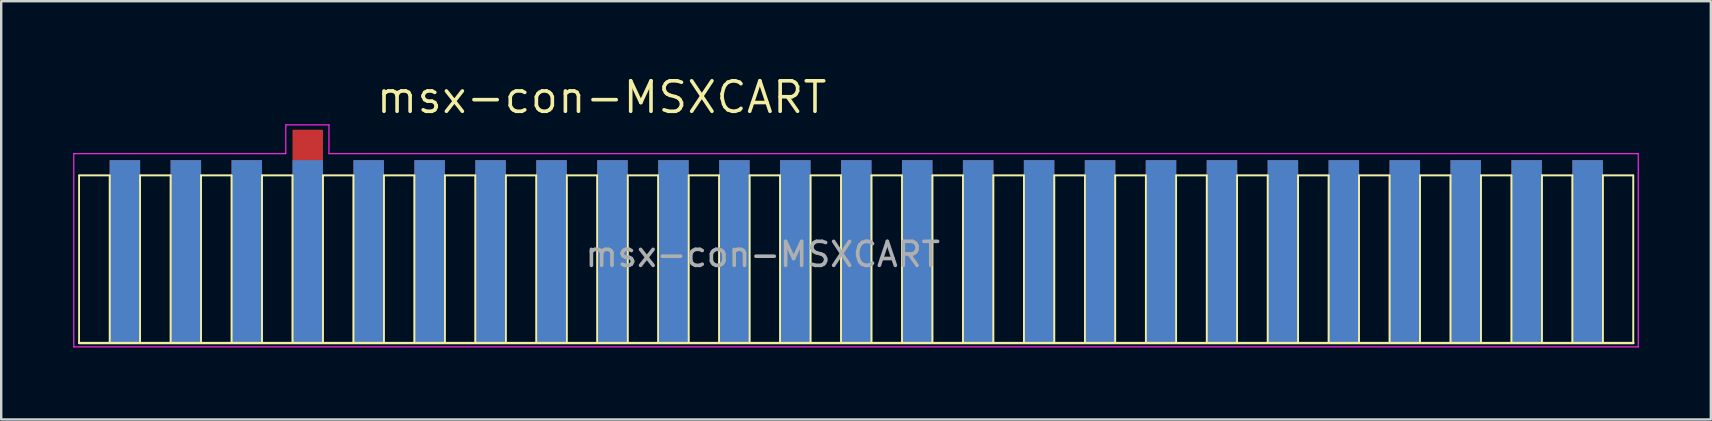
<source format=kicad_pcb>
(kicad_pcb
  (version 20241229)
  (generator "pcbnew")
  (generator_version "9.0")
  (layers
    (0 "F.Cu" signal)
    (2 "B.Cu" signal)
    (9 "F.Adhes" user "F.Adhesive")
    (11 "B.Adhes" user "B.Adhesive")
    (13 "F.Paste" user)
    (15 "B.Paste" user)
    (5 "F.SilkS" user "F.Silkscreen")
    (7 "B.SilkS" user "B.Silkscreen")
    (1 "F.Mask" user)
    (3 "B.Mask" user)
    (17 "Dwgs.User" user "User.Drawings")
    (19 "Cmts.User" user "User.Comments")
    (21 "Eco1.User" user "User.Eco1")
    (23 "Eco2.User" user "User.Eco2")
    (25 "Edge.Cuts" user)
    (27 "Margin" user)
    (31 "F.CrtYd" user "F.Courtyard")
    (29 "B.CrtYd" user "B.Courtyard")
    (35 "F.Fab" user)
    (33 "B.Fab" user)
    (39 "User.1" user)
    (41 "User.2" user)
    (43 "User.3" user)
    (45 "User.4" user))
  (footprint "msx-con-MSXCART"
    (layer "F.Cu")
    (at 31.86 7.754)
    (property "Reference" "msx-con-MSXCART" (at -9.835 -6.747 0) (layer "F.SilkS") (effects (font (size 1.27 1.27) (thickness 0.15))))
    (attr smd exclude_from_pos_files exclude_from_bom)
    (fp_line (start -31.61 -3.493) (end -30.34 -3.493) (stroke (width 0.066) (type solid)) (layer "F.SilkS"))
    (fp_line (start -31.61 -3.493) (end -30.34 -3.493) (stroke (width 0.066) (type solid)) (layer "F.SilkS"))
    (fp_line (start -31.61 3.493) (end -31.61 -3.493) (stroke (width 0.066) (type solid)) (layer "F.SilkS"))
    (fp_line (start -31.61 3.493) (end -31.61 -3.493) (stroke (width 0.066) (type solid)) (layer "F.SilkS"))
    (fp_line (start -31.61 3.493) (end -30.34 3.493) (stroke (width 0.066) (type solid)) (layer "F.SilkS"))
    (fp_line (start -31.61 3.493) (end -30.34 3.493) (stroke (width 0.066) (type solid)) (layer "F.SilkS"))
    (fp_line (start -31.61 3.493) (end 33.16 3.493) (stroke (width 0.1) (type solid)) (layer "F.SilkS"))
    (fp_line (start -30.34 3.493) (end -30.34 -3.493) (stroke (width 0.066) (type solid)) (layer "F.SilkS"))
    (fp_line (start -30.34 3.493) (end -30.34 -3.493) (stroke (width 0.066) (type solid)) (layer "F.SilkS"))
    (fp_line (start -29.07 -3.493) (end -27.8 -3.493) (stroke (width 0.066) (type solid)) (layer "F.SilkS"))
    (fp_line (start -29.07 -3.493) (end -27.8 -3.493) (stroke (width 0.066) (type solid)) (layer "F.SilkS"))
    (fp_line (start -29.07 3.493) (end -29.07 -3.493) (stroke (width 0.066) (type solid)) (layer "F.SilkS"))
    (fp_line (start -29.07 3.493) (end -29.07 -3.493) (stroke (width 0.066) (type solid)) (layer "F.SilkS"))
    (fp_line (start -29.07 3.493) (end -27.8 3.493) (stroke (width 0.066) (type solid)) (layer "F.SilkS"))
    (fp_line (start -29.07 3.493) (end -27.8 3.493) (stroke (width 0.066) (type solid)) (layer "F.SilkS"))
    (fp_line (start -27.8 3.493) (end -27.8 -3.493) (stroke (width 0.066) (type solid)) (layer "F.SilkS"))
    (fp_line (start -27.8 3.493) (end -27.8 -3.493) (stroke (width 0.066) (type solid)) (layer "F.SilkS"))
    (fp_line (start -26.53 -3.493) (end -25.26 -3.493) (stroke (width 0.066) (type solid)) (layer "F.SilkS"))
    (fp_line (start -26.53 -3.493) (end -25.26 -3.493) (stroke (width 0.066) (type solid)) (layer "F.SilkS"))
    (fp_line (start -26.53 3.493) (end -26.53 -3.493) (stroke (width 0.066) (type solid)) (layer "F.SilkS"))
    (fp_line (start -26.53 3.493) (end -26.53 -3.493) (stroke (width 0.066) (type solid)) (layer "F.SilkS"))
    (fp_line (start -26.53 3.493) (end -25.26 3.493) (stroke (width 0.066) (type solid)) (layer "F.SilkS"))
    (fp_line (start -26.53 3.493) (end -25.26 3.493) (stroke (width 0.066) (type solid)) (layer "F.SilkS"))
    (fp_line (start -25.26 3.493) (end -25.26 -3.493) (stroke (width 0.066) (type solid)) (layer "F.SilkS"))
    (fp_line (start -25.26 3.493) (end -25.26 -3.493) (stroke (width 0.066) (type solid)) (layer "F.SilkS"))
    (fp_line (start -23.99 -3.493) (end -22.72 -3.493) (stroke (width 0.066) (type solid)) (layer "F.SilkS"))
    (fp_line (start -23.99 -3.493) (end -22.72 -3.493) (stroke (width 0.066) (type solid)) (layer "F.SilkS"))
    (fp_line (start -23.99 3.493) (end -23.99 -3.493) (stroke (width 0.066) (type solid)) (layer "F.SilkS"))
    (fp_line (start -23.99 3.493) (end -23.99 -3.493) (stroke (width 0.066) (type solid)) (layer "F.SilkS"))
    (fp_line (start -23.99 3.493) (end -22.72 3.493) (stroke (width 0.066) (type solid)) (layer "F.SilkS"))
    (fp_line (start -23.99 3.493) (end -22.72 3.493) (stroke (width 0.066) (type solid)) (layer "F.SilkS"))
    (fp_line (start -22.72 3.493) (end -22.72 -3.493) (stroke (width 0.066) (type solid)) (layer "F.SilkS"))
    (fp_line (start -22.72 3.493) (end -22.72 -3.493) (stroke (width 0.066) (type solid)) (layer "F.SilkS"))
    (fp_line (start -21.45 -3.493) (end -20.18 -3.493) (stroke (width 0.066) (type solid)) (layer "F.SilkS"))
    (fp_line (start -21.45 -3.493) (end -20.18 -3.493) (stroke (width 0.066) (type solid)) (layer "F.SilkS"))
    (fp_line (start -21.45 3.493) (end -21.45 -3.493) (stroke (width 0.066) (type solid)) (layer "F.SilkS"))
    (fp_line (start -21.45 3.493) (end -21.45 -3.493) (stroke (width 0.066) (type solid)) (layer "F.SilkS"))
    (fp_line (start -21.45 3.493) (end -20.18 3.493) (stroke (width 0.066) (type solid)) (layer "F.SilkS"))
    (fp_line (start -21.45 3.493) (end -20.18 3.493) (stroke (width 0.066) (type solid)) (layer "F.SilkS"))
    (fp_line (start -20.18 3.493) (end -20.18 -3.493) (stroke (width 0.066) (type solid)) (layer "F.SilkS"))
    (fp_line (start -20.18 3.493) (end -20.18 -3.493) (stroke (width 0.066) (type solid)) (layer "F.SilkS"))
    (fp_line (start -18.91 -3.493) (end -17.64 -3.493) (stroke (width 0.066) (type solid)) (layer "F.SilkS"))
    (fp_line (start -18.91 -3.493) (end -17.64 -3.493) (stroke (width 0.066) (type solid)) (layer "F.SilkS"))
    (fp_line (start -18.91 3.493) (end -18.91 -3.493) (stroke (width 0.066) (type solid)) (layer "F.SilkS"))
    (fp_line (start -18.91 3.493) (end -18.91 -3.493) (stroke (width 0.066) (type solid)) (layer "F.SilkS"))
    (fp_line (start -18.91 3.493) (end -17.64 3.493) (stroke (width 0.066) (type solid)) (layer "F.SilkS"))
    (fp_line (start -18.91 3.493) (end -17.64 3.493) (stroke (width 0.066) (type solid)) (layer "F.SilkS"))
    (fp_line (start -17.64 3.493) (end -17.64 -3.493) (stroke (width 0.066) (type solid)) (layer "F.SilkS"))
    (fp_line (start -17.64 3.493) (end -17.64 -3.493) (stroke (width 0.066) (type solid)) (layer "F.SilkS"))
    (fp_line (start -16.37 -3.493) (end -15.1 -3.493) (stroke (width 0.066) (type solid)) (layer "F.SilkS"))
    (fp_line (start -16.37 -3.493) (end -15.1 -3.493) (stroke (width 0.066) (type solid)) (layer "F.SilkS"))
    (fp_line (start -16.37 3.493) (end -16.37 -3.493) (stroke (width 0.066) (type solid)) (layer "F.SilkS"))
    (fp_line (start -16.37 3.493) (end -16.37 -3.493) (stroke (width 0.066) (type solid)) (layer "F.SilkS"))
    (fp_line (start -16.37 3.493) (end -15.1 3.493) (stroke (width 0.066) (type solid)) (layer "F.SilkS"))
    (fp_line (start -16.37 3.493) (end -15.1 3.493) (stroke (width 0.066) (type solid)) (layer "F.SilkS"))
    (fp_line (start -15.1 3.493) (end -15.1 -3.493) (stroke (width 0.066) (type solid)) (layer "F.SilkS"))
    (fp_line (start -15.1 3.493) (end -15.1 -3.493) (stroke (width 0.066) (type solid)) (layer "F.SilkS"))
    (fp_line (start -13.83 -3.493) (end -12.56 -3.493) (stroke (width 0.066) (type solid)) (layer "F.SilkS"))
    (fp_line (start -13.83 -3.493) (end -12.56 -3.493) (stroke (width 0.066) (type solid)) (layer "F.SilkS"))
    (fp_line (start -13.83 3.493) (end -13.83 -3.493) (stroke (width 0.066) (type solid)) (layer "F.SilkS"))
    (fp_line (start -13.83 3.493) (end -13.83 -3.493) (stroke (width 0.066) (type solid)) (layer "F.SilkS"))
    (fp_line (start -13.83 3.493) (end -12.56 3.493) (stroke (width 0.066) (type solid)) (layer "F.SilkS"))
    (fp_line (start -13.83 3.493) (end -12.56 3.493) (stroke (width 0.066) (type solid)) (layer "F.SilkS"))
    (fp_line (start -12.56 3.493) (end -12.56 -3.493) (stroke (width 0.066) (type solid)) (layer "F.SilkS"))
    (fp_line (start -12.56 3.493) (end -12.56 -3.493) (stroke (width 0.066) (type solid)) (layer "F.SilkS"))
    (fp_line (start -11.29 -3.493) (end -10.02 -3.493) (stroke (width 0.066) (type solid)) (layer "F.SilkS"))
    (fp_line (start -11.29 -3.493) (end -10.02 -3.493) (stroke (width 0.066) (type solid)) (layer "F.SilkS"))
    (fp_line (start -11.29 3.493) (end -11.29 -3.493) (stroke (width 0.066) (type solid)) (layer "F.SilkS"))
    (fp_line (start -11.29 3.493) (end -11.29 -3.493) (stroke (width 0.066) (type solid)) (layer "F.SilkS"))
    (fp_line (start -11.29 3.493) (end -10.02 3.493) (stroke (width 0.066) (type solid)) (layer "F.SilkS"))
    (fp_line (start -11.29 3.493) (end -10.02 3.493) (stroke (width 0.066) (type solid)) (layer "F.SilkS"))
    (fp_line (start -10.02 3.493) (end -10.02 -3.493) (stroke (width 0.066) (type solid)) (layer "F.SilkS"))
    (fp_line (start -10.02 3.493) (end -10.02 -3.493) (stroke (width 0.066) (type solid)) (layer "F.SilkS"))
    (fp_line (start -8.75 -3.493) (end -7.48 -3.493) (stroke (width 0.066) (type solid)) (layer "F.SilkS"))
    (fp_line (start -8.75 -3.493) (end -7.48 -3.493) (stroke (width 0.066) (type solid)) (layer "F.SilkS"))
    (fp_line (start -8.75 3.493) (end -8.75 -3.493) (stroke (width 0.066) (type solid)) (layer "F.SilkS"))
    (fp_line (start -8.75 3.493) (end -8.75 -3.493) (stroke (width 0.066) (type solid)) (layer "F.SilkS"))
    (fp_line (start -8.75 3.493) (end -7.48 3.493) (stroke (width 0.066) (type solid)) (layer "F.SilkS"))
    (fp_line (start -8.75 3.493) (end -7.48 3.493) (stroke (width 0.066) (type solid)) (layer "F.SilkS"))
    (fp_line (start -7.48 3.493) (end -7.48 -3.493) (stroke (width 0.066) (type solid)) (layer "F.SilkS"))
    (fp_line (start -7.48 3.493) (end -7.48 -3.493) (stroke (width 0.066) (type solid)) (layer "F.SilkS"))
    (fp_line (start -6.21 -3.493) (end -4.94 -3.493) (stroke (width 0.066) (type solid)) (layer "F.SilkS"))
    (fp_line (start -6.21 -3.493) (end -4.94 -3.493) (stroke (width 0.066) (type solid)) (layer "F.SilkS"))
    (fp_line (start -6.21 3.493) (end -6.21 -3.493) (stroke (width 0.066) (type solid)) (layer "F.SilkS"))
    (fp_line (start -6.21 3.493) (end -6.21 -3.493) (stroke (width 0.066) (type solid)) (layer "F.SilkS"))
    (fp_line (start -6.21 3.493) (end -4.94 3.493) (stroke (width 0.066) (type solid)) (layer "F.SilkS"))
    (fp_line (start -6.21 3.493) (end -4.94 3.493) (stroke (width 0.066) (type solid)) (layer "F.SilkS"))
    (fp_line (start -4.94 3.493) (end -4.94 -3.493) (stroke (width 0.066) (type solid)) (layer "F.SilkS"))
    (fp_line (start -4.94 3.493) (end -4.94 -3.493) (stroke (width 0.066) (type solid)) (layer "F.SilkS"))
    (fp_line (start -3.67 -3.493) (end -2.4 -3.493) (stroke (width 0.066) (type solid)) (layer "F.SilkS"))
    (fp_line (start -3.67 -3.493) (end -2.4 -3.493) (stroke (width 0.066) (type solid)) (layer "F.SilkS"))
    (fp_line (start -3.67 3.493) (end -3.67 -3.493) (stroke (width 0.066) (type solid)) (layer "F.SilkS"))
    (fp_line (start -3.67 3.493) (end -3.67 -3.493) (stroke (width 0.066) (type solid)) (layer "F.SilkS"))
    (fp_line (start -3.67 3.493) (end -2.4 3.493) (stroke (width 0.066) (type solid)) (layer "F.SilkS"))
    (fp_line (start -3.67 3.493) (end -2.4 3.493) (stroke (width 0.066) (type solid)) (layer "F.SilkS"))
    (fp_line (start -2.4 3.493) (end -2.4 -3.493) (stroke (width 0.066) (type solid)) (layer "F.SilkS"))
    (fp_line (start -2.4 3.493) (end -2.4 -3.493) (stroke (width 0.066) (type solid)) (layer "F.SilkS"))
    (fp_line (start -1.13 -3.493) (end 0.14 -3.493) (stroke (width 0.066) (type solid)) (layer "F.SilkS"))
    (fp_line (start -1.13 -3.493) (end 0.14 -3.493) (stroke (width 0.066) (type solid)) (layer "F.SilkS"))
    (fp_line (start -1.13 3.493) (end -1.13 -3.493) (stroke (width 0.066) (type solid)) (layer "F.SilkS"))
    (fp_line (start -1.13 3.493) (end -1.13 -3.493) (stroke (width 0.066) (type solid)) (layer "F.SilkS"))
    (fp_line (start -1.13 3.493) (end 0.14 3.493) (stroke (width 0.066) (type solid)) (layer "F.SilkS"))
    (fp_line (start -1.13 3.493) (end 0.14 3.493) (stroke (width 0.066) (type solid)) (layer "F.SilkS"))
    (fp_line (start 0.14 3.493) (end 0.14 -3.493) (stroke (width 0.066) (type solid)) (layer "F.SilkS"))
    (fp_line (start 0.14 3.493) (end 0.14 -3.493) (stroke (width 0.066) (type solid)) (layer "F.SilkS"))
    (fp_line (start 1.41 -3.493) (end 2.68 -3.493) (stroke (width 0.066) (type solid)) (layer "F.SilkS"))
    (fp_line (start 1.41 -3.493) (end 2.68 -3.493) (stroke (width 0.066) (type solid)) (layer "F.SilkS"))
    (fp_line (start 1.41 3.493) (end 1.41 -3.493) (stroke (width 0.066) (type solid)) (layer "F.SilkS"))
    (fp_line (start 1.41 3.493) (end 1.41 -3.493) (stroke (width 0.066) (type solid)) (layer "F.SilkS"))
    (fp_line (start 1.41 3.493) (end 2.68 3.493) (stroke (width 0.066) (type solid)) (layer "F.SilkS"))
    (fp_line (start 1.41 3.493) (end 2.68 3.493) (stroke (width 0.066) (type solid)) (layer "F.SilkS"))
    (fp_line (start 2.68 3.493) (end 2.68 -3.493) (stroke (width 0.066) (type solid)) (layer "F.SilkS"))
    (fp_line (start 2.68 3.493) (end 2.68 -3.493) (stroke (width 0.066) (type solid)) (layer "F.SilkS"))
    (fp_line (start 3.95 -3.493) (end 5.22 -3.493) (stroke (width 0.066) (type solid)) (layer "F.SilkS"))
    (fp_line (start 3.95 -3.493) (end 5.22 -3.493) (stroke (width 0.066) (type solid)) (layer "F.SilkS"))
    (fp_line (start 3.95 3.493) (end 3.95 -3.493) (stroke (width 0.066) (type solid)) (layer "F.SilkS"))
    (fp_line (start 3.95 3.493) (end 3.95 -3.493) (stroke (width 0.066) (type solid)) (layer "F.SilkS"))
    (fp_line (start 3.95 3.493) (end 5.22 3.493) (stroke (width 0.066) (type solid)) (layer "F.SilkS"))
    (fp_line (start 3.95 3.493) (end 5.22 3.493) (stroke (width 0.066) (type solid)) (layer "F.SilkS"))
    (fp_line (start 5.22 3.493) (end 5.22 -3.493) (stroke (width 0.066) (type solid)) (layer "F.SilkS"))
    (fp_line (start 5.22 3.493) (end 5.22 -3.493) (stroke (width 0.066) (type solid)) (layer "F.SilkS"))
    (fp_line (start 6.49 -3.493) (end 7.76 -3.493) (stroke (width 0.066) (type solid)) (layer "F.SilkS"))
    (fp_line (start 6.49 -3.493) (end 7.76 -3.493) (stroke (width 0.066) (type solid)) (layer "F.SilkS"))
    (fp_line (start 6.49 3.493) (end 6.49 -3.493) (stroke (width 0.066) (type solid)) (layer "F.SilkS"))
    (fp_line (start 6.49 3.493) (end 6.49 -3.493) (stroke (width 0.066) (type solid)) (layer "F.SilkS"))
    (fp_line (start 6.49 3.493) (end 7.76 3.493) (stroke (width 0.066) (type solid)) (layer "F.SilkS"))
    (fp_line (start 6.49 3.493) (end 7.76 3.493) (stroke (width 0.066) (type solid)) (layer "F.SilkS"))
    (fp_line (start 7.76 3.493) (end 7.76 -3.493) (stroke (width 0.066) (type solid)) (layer "F.SilkS"))
    (fp_line (start 7.76 3.493) (end 7.76 -3.493) (stroke (width 0.066) (type solid)) (layer "F.SilkS"))
    (fp_line (start 9.03 -3.493) (end 10.3 -3.493) (stroke (width 0.066) (type solid)) (layer "F.SilkS"))
    (fp_line (start 9.03 -3.493) (end 10.3 -3.493) (stroke (width 0.066) (type solid)) (layer "F.SilkS"))
    (fp_line (start 9.03 3.493) (end 9.03 -3.493) (stroke (width 0.066) (type solid)) (layer "F.SilkS"))
    (fp_line (start 9.03 3.493) (end 9.03 -3.493) (stroke (width 0.066) (type solid)) (layer "F.SilkS"))
    (fp_line (start 9.03 3.493) (end 10.3 3.493) (stroke (width 0.066) (type solid)) (layer "F.SilkS"))
    (fp_line (start 9.03 3.493) (end 10.3 3.493) (stroke (width 0.066) (type solid)) (layer "F.SilkS"))
    (fp_line (start 10.3 3.493) (end 10.3 -3.493) (stroke (width 0.066) (type solid)) (layer "F.SilkS"))
    (fp_line (start 10.3 3.493) (end 10.3 -3.493) (stroke (width 0.066) (type solid)) (layer "F.SilkS"))
    (fp_line (start 11.57 -3.493) (end 12.84 -3.493) (stroke (width 0.066) (type solid)) (layer "F.SilkS"))
    (fp_line (start 11.57 -3.493) (end 12.84 -3.493) (stroke (width 0.066) (type solid)) (layer "F.SilkS"))
    (fp_line (start 11.57 3.493) (end 11.57 -3.493) (stroke (width 0.066) (type solid)) (layer "F.SilkS"))
    (fp_line (start 11.57 3.493) (end 11.57 -3.493) (stroke (width 0.066) (type solid)) (layer "F.SilkS"))
    (fp_line (start 11.57 3.493) (end 12.84 3.493) (stroke (width 0.066) (type solid)) (layer "F.SilkS"))
    (fp_line (start 11.57 3.493) (end 12.84 3.493) (stroke (width 0.066) (type solid)) (layer "F.SilkS"))
    (fp_line (start 12.84 3.493) (end 12.84 -3.493) (stroke (width 0.066) (type solid)) (layer "F.SilkS"))
    (fp_line (start 12.84 3.493) (end 12.84 -3.493) (stroke (width 0.066) (type solid)) (layer "F.SilkS"))
    (fp_line (start 14.11 -3.493) (end 15.38 -3.493) (stroke (width 0.066) (type solid)) (layer "F.SilkS"))
    (fp_line (start 14.11 -3.493) (end 15.38 -3.493) (stroke (width 0.066) (type solid)) (layer "F.SilkS"))
    (fp_line (start 14.11 3.493) (end 14.11 -3.493) (stroke (width 0.066) (type solid)) (layer "F.SilkS"))
    (fp_line (start 14.11 3.493) (end 14.11 -3.493) (stroke (width 0.066) (type solid)) (layer "F.SilkS"))
    (fp_line (start 14.11 3.493) (end 15.38 3.493) (stroke (width 0.066) (type solid)) (layer "F.SilkS"))
    (fp_line (start 14.11 3.493) (end 15.38 3.493) (stroke (width 0.066) (type solid)) (layer "F.SilkS"))
    (fp_line (start 15.38 3.493) (end 15.38 -3.493) (stroke (width 0.066) (type solid)) (layer "F.SilkS"))
    (fp_line (start 15.38 3.493) (end 15.38 -3.493) (stroke (width 0.066) (type solid)) (layer "F.SilkS"))
    (fp_line (start 16.65 -3.493) (end 17.92 -3.493) (stroke (width 0.066) (type solid)) (layer "F.SilkS"))
    (fp_line (start 16.65 -3.493) (end 17.92 -3.493) (stroke (width 0.066) (type solid)) (layer "F.SilkS"))
    (fp_line (start 16.65 3.493) (end 16.65 -3.493) (stroke (width 0.066) (type solid)) (layer "F.SilkS"))
    (fp_line (start 16.65 3.493) (end 16.65 -3.493) (stroke (width 0.066) (type solid)) (layer "F.SilkS"))
    (fp_line (start 16.65 3.493) (end 17.92 3.493) (stroke (width 0.066) (type solid)) (layer "F.SilkS"))
    (fp_line (start 16.65 3.493) (end 17.92 3.493) (stroke (width 0.066) (type solid)) (layer "F.SilkS"))
    (fp_line (start 17.92 3.493) (end 17.92 -3.493) (stroke (width 0.066) (type solid)) (layer "F.SilkS"))
    (fp_line (start 17.92 3.493) (end 17.92 -3.493) (stroke (width 0.066) (type solid)) (layer "F.SilkS"))
    (fp_line (start 19.19 -3.493) (end 20.46 -3.493) (stroke (width 0.066) (type solid)) (layer "F.SilkS"))
    (fp_line (start 19.19 -3.493) (end 20.46 -3.493) (stroke (width 0.066) (type solid)) (layer "F.SilkS"))
    (fp_line (start 19.19 3.493) (end 19.19 -3.493) (stroke (width 0.066) (type solid)) (layer "F.SilkS"))
    (fp_line (start 19.19 3.493) (end 19.19 -3.493) (stroke (width 0.066) (type solid)) (layer "F.SilkS"))
    (fp_line (start 19.19 3.493) (end 20.46 3.493) (stroke (width 0.066) (type solid)) (layer "F.SilkS"))
    (fp_line (start 19.19 3.493) (end 20.46 3.493) (stroke (width 0.066) (type solid)) (layer "F.SilkS"))
    (fp_line (start 20.46 3.493) (end 20.46 -3.493) (stroke (width 0.066) (type solid)) (layer "F.SilkS"))
    (fp_line (start 20.46 3.493) (end 20.46 -3.493) (stroke (width 0.066) (type solid)) (layer "F.SilkS"))
    (fp_line (start 21.73 -3.493) (end 23 -3.493) (stroke (width 0.066) (type solid)) (layer "F.SilkS"))
    (fp_line (start 21.73 -3.493) (end 23 -3.493) (stroke (width 0.066) (type solid)) (layer "F.SilkS"))
    (fp_line (start 21.73 3.493) (end 21.73 -3.493) (stroke (width 0.066) (type solid)) (layer "F.SilkS"))
    (fp_line (start 21.73 3.493) (end 21.73 -3.493) (stroke (width 0.066) (type solid)) (layer "F.SilkS"))
    (fp_line (start 21.73 3.493) (end 23 3.493) (stroke (width 0.066) (type solid)) (layer "F.SilkS"))
    (fp_line (start 21.73 3.493) (end 23 3.493) (stroke (width 0.066) (type solid)) (layer "F.SilkS"))
    (fp_line (start 23 3.493) (end 23 -3.493) (stroke (width 0.066) (type solid)) (layer "F.SilkS"))
    (fp_line (start 23 3.493) (end 23 -3.493) (stroke (width 0.066) (type solid)) (layer "F.SilkS"))
    (fp_line (start 24.27 -3.493) (end 25.54 -3.493) (stroke (width 0.066) (type solid)) (layer "F.SilkS"))
    (fp_line (start 24.27 -3.493) (end 25.54 -3.493) (stroke (width 0.066) (type solid)) (layer "F.SilkS"))
    (fp_line (start 24.27 3.493) (end 24.27 -3.493) (stroke (width 0.066) (type solid)) (layer "F.SilkS"))
    (fp_line (start 24.27 3.493) (end 24.27 -3.493) (stroke (width 0.066) (type solid)) (layer "F.SilkS"))
    (fp_line (start 24.27 3.493) (end 25.54 3.493) (stroke (width 0.066) (type solid)) (layer "F.SilkS"))
    (fp_line (start 24.27 3.493) (end 25.54 3.493) (stroke (width 0.066) (type solid)) (layer "F.SilkS"))
    (fp_line (start 25.54 3.493) (end 25.54 -3.493) (stroke (width 0.066) (type solid)) (layer "F.SilkS"))
    (fp_line (start 25.54 3.493) (end 25.54 -3.493) (stroke (width 0.066) (type solid)) (layer "F.SilkS"))
    (fp_line (start 26.81 -3.493) (end 28.08 -3.493) (stroke (width 0.066) (type solid)) (layer "F.SilkS"))
    (fp_line (start 26.81 -3.493) (end 28.08 -3.493) (stroke (width 0.066) (type solid)) (layer "F.SilkS"))
    (fp_line (start 26.81 3.493) (end 26.81 -3.493) (stroke (width 0.066) (type solid)) (layer "F.SilkS"))
    (fp_line (start 26.81 3.493) (end 26.81 -3.493) (stroke (width 0.066) (type solid)) (layer "F.SilkS"))
    (fp_line (start 26.81 3.493) (end 28.08 3.493) (stroke (width 0.066) (type solid)) (layer "F.SilkS"))
    (fp_line (start 26.81 3.493) (end 28.08 3.493) (stroke (width 0.066) (type solid)) (layer "F.SilkS"))
    (fp_line (start 28.08 3.493) (end 28.08 -3.493) (stroke (width 0.066) (type solid)) (layer "F.SilkS"))
    (fp_line (start 28.08 3.493) (end 28.08 -3.493) (stroke (width 0.066) (type solid)) (layer "F.SilkS"))
    (fp_line (start 29.35 -3.493) (end 30.62 -3.493) (stroke (width 0.066) (type solid)) (layer "F.SilkS"))
    (fp_line (start 29.35 -3.493) (end 30.62 -3.493) (stroke (width 0.066) (type solid)) (layer "F.SilkS"))
    (fp_line (start 29.35 3.493) (end 29.35 -3.493) (stroke (width 0.066) (type solid)) (layer "F.SilkS"))
    (fp_line (start 29.35 3.493) (end 29.35 -3.493) (stroke (width 0.066) (type solid)) (layer "F.SilkS"))
    (fp_line (start 29.35 3.493) (end 30.62 3.493) (stroke (width 0.066) (type solid)) (layer "F.SilkS"))
    (fp_line (start 29.35 3.493) (end 30.62 3.493) (stroke (width 0.066) (type solid)) (layer "F.SilkS"))
    (fp_line (start 30.62 3.493) (end 30.62 -3.493) (stroke (width 0.066) (type solid)) (layer "F.SilkS"))
    (fp_line (start 30.62 3.493) (end 30.62 -3.493) (stroke (width 0.066) (type solid)) (layer "F.SilkS"))
    (fp_line (start 31.89 -3.493) (end 33.16 -3.493) (stroke (width 0.066) (type solid)) (layer "F.SilkS"))
    (fp_line (start 31.89 -3.493) (end 33.16 -3.493) (stroke (width 0.066) (type solid)) (layer "F.SilkS"))
    (fp_line (start 31.89 3.493) (end 31.89 -3.493) (stroke (width 0.066) (type solid)) (layer "F.SilkS"))
    (fp_line (start 31.89 3.493) (end 31.89 -3.493) (stroke (width 0.066) (type solid)) (layer "F.SilkS"))
    (fp_line (start 31.89 3.493) (end 33.16 3.493) (stroke (width 0.066) (type solid)) (layer "F.SilkS"))
    (fp_line (start 31.89 3.493) (end 33.16 3.493) (stroke (width 0.066) (type solid)) (layer "F.SilkS"))
    (fp_line (start 33.16 3.493) (end 33.16 -3.493) (stroke (width 0.066) (type solid)) (layer "F.SilkS"))
    (fp_line (start 33.16 3.493) (end 33.16 -3.493) (stroke (width 0.066) (type solid)) (layer "F.SilkS"))
    (fp_line (start -31.835 -4.4) (end -23 -4.4) (stroke (width 0.05) (type solid)) (layer "F.CrtYd"))
    (fp_line (start -31.835 3.652) (end -31.835 -4.4) (stroke (width 0.05) (type solid)) (layer "F.CrtYd"))
    (fp_line (start -23 -5.6) (end -21.2 -5.6) (stroke (width 0.05) (type solid)) (layer "F.CrtYd"))
    (fp_line (start -23 -4.4) (end -23 -5.6) (stroke (width 0.05) (type solid)) (layer "F.CrtYd"))
    (fp_line (start -21.2 -4.4) (end -21.2 -5.6) (stroke (width 0.05) (type solid)) (layer "F.CrtYd"))
    (fp_line (start -21.2 -4.4) (end 33.365 -4.4) (stroke (width 0.05) (type solid)) (layer "F.CrtYd"))
    (fp_line (start 33.365 -4.4) (end 33.365 3.652) (stroke (width 0.05) (type solid)) (layer "F.CrtYd"))
    (fp_line (start 33.365 3.652) (end -31.835 3.652) (stroke (width 0.05) (type solid)) (layer "F.CrtYd"))
    (fp_text user "${REFERENCE}" (at -3.12 -0.2 0) (layer "F.Fab") (effects (font (size 1 1) (thickness 0.15))))
    (pad "+5V1" smd rect (at -27.165 -0.318) (size 1.27 7.62) (layers "B.Cu" "B.Mask"))
    (pad "+5V2" smd rect (at -24.625 -0.318) (size 1.27 7.62) (layers "B.Cu" "B.Mask"))
    (pad "+12V" smd rect (at -27.165 -0.318) (size 1.27 7.62) (layers "F.Cu" "F.Mask" "F.Paste"))
    (pad "-12V" smd rect (at -29.705 -0.318) (size 1.27 7.62) (layers "F.Cu" "F.Mask" "F.Paste"))
    (pad "/BUSDIR" smd rect (at 21.095 -0.318) (size 1.27 7.62) (layers "F.Cu" "F.Mask" "F.Paste"))
    (pad "/CS1" smd rect (at 31.255 -0.318) (size 1.27 7.62) (layers "B.Cu" "B.Mask"))
    (pad "/CS2" smd rect (at 31.255 -0.318) (size 1.27 7.62) (layers "F.Cu" "F.Mask" "F.Paste"))
    (pad "/CS12" smd rect (at 28.715 -0.318) (size 1.27 7.62) (layers "B.Cu" "B.Mask"))
    (pad "/INT" smd rect (at 23.635 -0.318) (size 1.27 7.62) (layers "F.Cu" "F.Mask" "F.Paste"))
    (pad "/IORQ" smd rect (at 18.555 -0.318) (size 1.27 7.62) (layers "B.Cu" "B.Mask"))
    (pad "/M1" smd rect (at 21.095 -0.318) (size 1.27 7.62) (layers "B.Cu" "B.Mask"))
    (pad "/MREQ" smd rect (at 18.555 -0.318) (size 1.27 7.62) (layers "F.Cu" "F.Mask" "F.Paste"))
    (pad "/RD" smd rect (at 16.015 -0.318) (size 1.27 7.62) (layers "F.Cu" "F.Mask" "F.Paste"))
    (pad "/RESET" smd rect (at 13.475 -0.318) (size 1.27 7.62) (layers "B.Cu" "B.Mask"))
    (pad "/RESV1" smd rect (at 13.475 -0.318) (size 1.27 7.62) (layers "F.Cu" "F.Mask" "F.Paste"))
    (pad "/RESV2" smd rect (at 26.175 -0.318) (size 1.27 7.62) (layers "B.Cu" "B.Mask"))
    (pad "/RFSH" smd rect (at 26.175 -0.318) (size 1.27 7.62) (layers "F.Cu" "F.Mask" "F.Paste"))
    (pad "/SLTSL" smd rect (at 28.715 -0.318) (size 1.27 7.62) (layers "F.Cu" "F.Mask" "F.Paste"))
    (pad "/WAIT" smd rect (at 23.635 -0.318) (size 1.27 7.62) (layers "B.Cu" "B.Mask"))
    (pad "/WR" smd rect (at 16.015 -0.318) (size 1.27 7.62) (layers "B.Cu" "B.Mask"))
    (pad "A0" smd rect (at -1.765 -0.318) (size 1.27 7.62) (layers "F.Cu" "F.Mask" "F.Paste"))
    (pad "A1" smd rect (at -1.765 -0.318) (size 1.27 7.62) (layers "B.Cu" "B.Mask"))
    (pad "A2" smd rect (at -4.305 -0.318) (size 1.27 7.62) (layers "F.Cu" "F.Mask" "F.Paste"))
    (pad "A3" smd rect (at -4.305 -0.318) (size 1.27 7.62) (layers "B.Cu" "B.Mask"))
    (pad "A4" smd rect (at -6.845 -0.318) (size 1.27 7.62) (layers "F.Cu" "F.Mask" "F.Paste"))
    (pad "A5" smd rect (at -6.845 -0.318) (size 1.27 7.62) (layers "B.Cu" "B.Mask"))
    (pad "A6" smd rect (at 5.855 -0.318) (size 1.27 7.62) (layers "F.Cu" "F.Mask" "F.Paste"))
    (pad "A7" smd rect (at 5.855 -0.318) (size 1.27 7.62) (layers "B.Cu" "B.Mask"))
    (pad "A8" smd rect (at 3.315 -0.318) (size 1.27 7.62) (layers "F.Cu" "F.Mask" "F.Paste"))
    (pad "A9" smd rect (at 10.935 -0.318) (size 1.27 7.62) (layers "B.Cu" "B.Mask"))
    (pad "A10" smd rect (at 8.395 -0.318) (size 1.27 7.62) (layers "F.Cu" "F.Mask" "F.Paste"))
    (pad "A11" smd rect (at 8.395 -0.318) (size 1.27 7.62) (layers "B.Cu" "B.Mask"))
    (pad "A12" smd rect (at 3.315 -0.318) (size 1.27 7.62) (layers "B.Cu" "B.Mask"))
    (pad "A13" smd rect (at 0.775 -0.318) (size 1.27 7.62) (layers "F.Cu" "F.Mask" "F.Paste"))
    (pad "A14" smd rect (at 0.775 -0.318) (size 1.27 7.62) (layers "B.Cu" "B.Mask"))
    (pad "A15" smd rect (at 10.935 -0.318) (size 1.27 7.62) (layers "F.Cu" "F.Mask" "F.Paste"))
    (pad "CLOCK" smd rect (at -19.545 -0.318) (size 1.27 7.62) (layers "F.Cu" "F.Mask" "F.Paste"))
    (pad "D0" smd rect (at -9.385 -0.318) (size 1.27 7.62) (layers "F.Cu" "F.Mask" "F.Paste"))
    (pad "D1" smd rect (at -9.385 -0.318) (size 1.27 7.62) (layers "B.Cu" "B.Mask"))
    (pad "D2" smd rect (at -11.925 -0.318) (size 1.27 7.62) (layers "F.Cu" "F.Mask" "F.Paste"))
    (pad "D3" smd rect (at -11.925 -0.318) (size 1.27 7.62) (layers "B.Cu" "B.Mask"))
    (pad "D4" smd rect (at -14.465 -0.318) (size 1.27 7.62) (layers "F.Cu" "F.Mask" "F.Paste"))
    (pad "D5" smd rect (at -14.465 -0.318) (size 1.27 7.62) (layers "B.Cu" "B.Mask"))
    (pad "D6" smd rect (at -17.005 -0.318) (size 1.27 7.62) (layers "F.Cu" "F.Mask" "F.Paste"))
    (pad "D7" smd rect (at -17.005 -0.318) (size 1.27 7.62) (layers "B.Cu" "B.Mask"))
    (pad "GND1" smd rect (at -22.085 -0.318) (size 1.27 7.62) (layers "B.Cu" "B.Mask"))
    (pad "GND2" smd rect (at -19.545 -0.318) (size 1.27 7.62) (layers "B.Cu" "B.Mask"))
    (pad "SOUNDIN" smd rect (at -29.705 -0.318) (size 1.27 7.62) (layers "B.Cu" "B.Mask"))
    (pad "SW1" smd rect (at -22.085 -1.587) (size 1.27 7.62) (layers "F.Cu" "F.Mask" "F.Paste"))
    (pad "SW2" smd rect (at -24.625 -0.318) (size 1.27 7.62) (layers "F.Cu" "F.Mask" "F.Paste")))
  (gr_rect
    (start -3 -3)
    (end 68.25 14.431)
    (stroke (width 0.1) (type default))
    (fill no)
    (layer "Edge.Cuts")))
</source>
